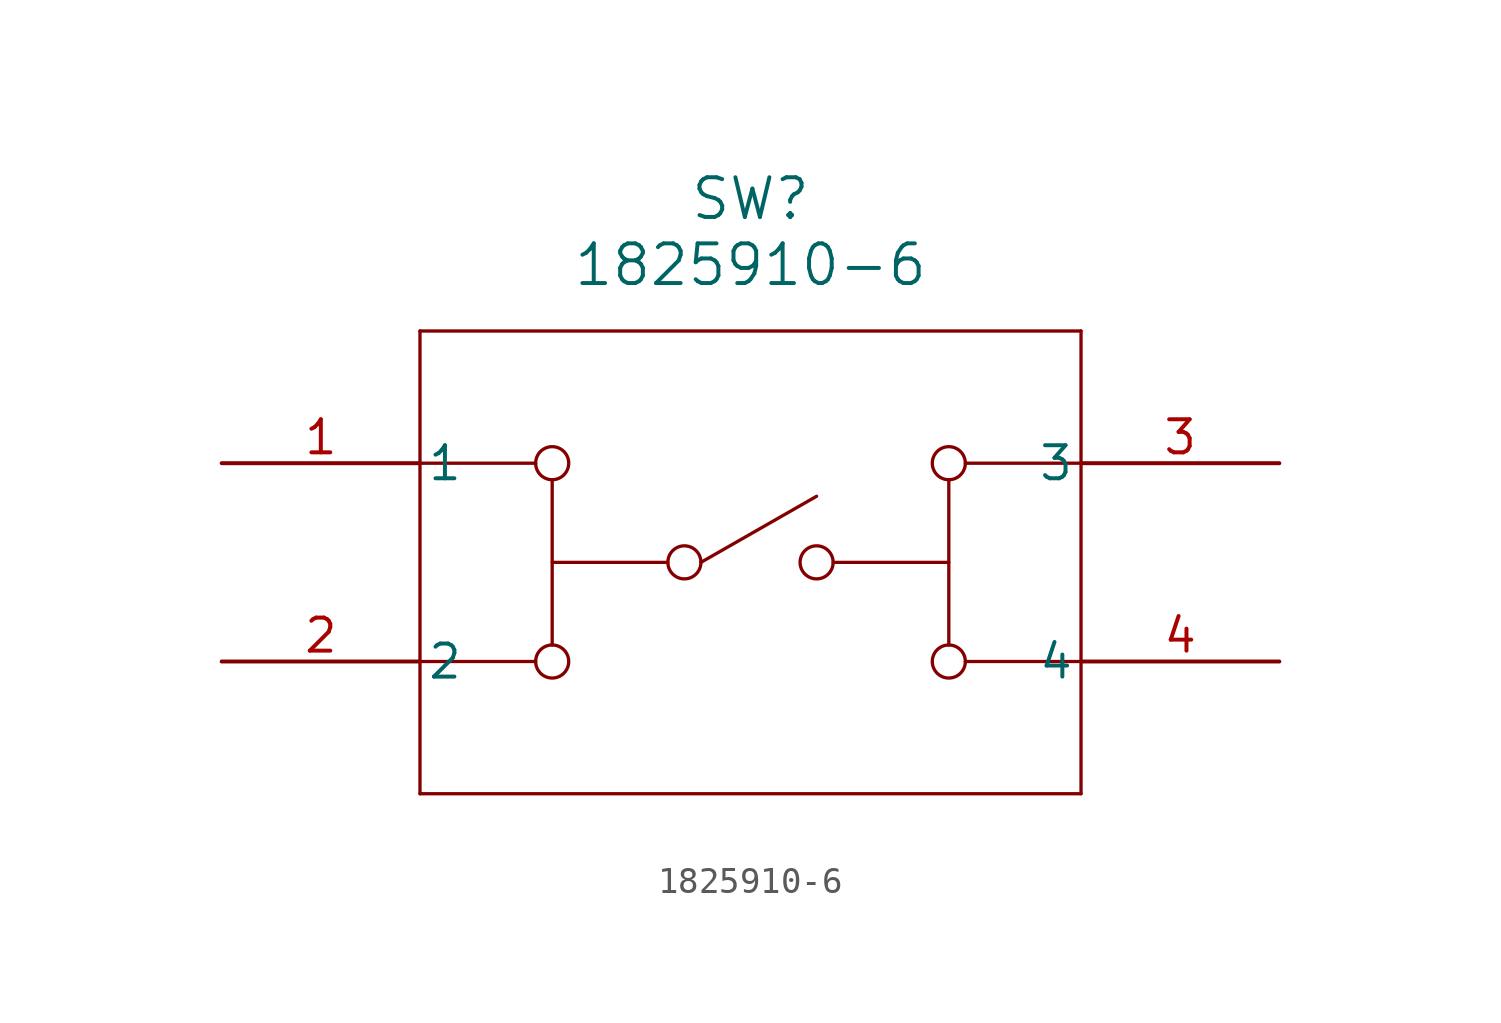
<source format=kicad_sym>
(kicad_symbol_lib
  (version 20211014)
  (generator kicad_symbol_editor)
  (symbol "1825910-6"
    (pin_names
      (offset 0.254))
    (property "Reference" "SW"
      (at 20.32 10.16 0)
      (effects (font (size 1.524 1.524))))
    (property "Value" "1825910-6"
      (at 20.32 7.62 0)
      (effects (font (size 1.524 1.524))))
    (symbol "1825910-6_0_1"
      (polyline (pts (xy 7.62 5.08) (xy 7.62 -12.7)) (stroke (width 0.127) (type default) (color 0 0 0 0)) (fill (type none)))
      (polyline (pts (xy 7.62 -12.7) (xy 33.02 -12.7)) (stroke (width 0.127) (type default) (color 0 0 0 0)) (fill (type none)))
      (polyline (pts (xy 33.02 -12.7) (xy 33.02 5.08)) (stroke (width 0.127) (type default) (color 0 0 0 0)) (fill (type none)))
      (polyline (pts (xy 33.02 5.08) (xy 7.62 5.08)) (stroke (width 0.127) (type default) (color 0 0 0 0)) (fill (type none)))
      (polyline (pts (xy 7.62 0) (xy 12.065 0)) (stroke (width 0.127) (type default) (color 0 0 0 0)) (fill (type none)))
      (polyline (pts (xy 7.62 -7.62) (xy 12.065 -7.62)) (stroke (width 0.127) (type default) (color 0 0 0 0)) (fill (type none)))
      (polyline (pts (xy 33.02 0) (xy 28.575 0)) (stroke (width 0.127) (type default) (color 0 0 0 0)) (fill (type none)))
      (polyline (pts (xy 33.02 -7.62) (xy 28.575 -7.62)) (stroke (width 0.127) (type default) (color 0 0 0 0)) (fill (type none)))
      (circle (center 12.7 0) (radius 0.635) (stroke (width 0.127) (type default) (color 0 0 0 0)) (fill (type none)))
      (circle (center 12.7 -7.62) (radius 0.635) (stroke (width 0.127) (type default) (color 0 0 0 0)) (fill (type none)))
      (circle (center 27.94 -7.62) (radius 0.635) (stroke (width 0.127) (type default) (color 0 0 0 0)) (fill (type none)))
      (circle (center 27.94 0) (radius 0.635) (stroke (width 0.127) (type default) (color 0 0 0 0)) (fill (type none)))
      (polyline (pts (xy 12.7 -0.635) (xy 12.7 -6.985)) (stroke (width 0.127) (type default) (color 0 0 0 0)) (fill (type none)))
      (polyline (pts (xy 27.94 -0.635) (xy 27.94 -6.985)) (stroke (width 0.127) (type default) (color 0 0 0 0)) (fill (type none)))
      (polyline (pts (xy 27.94 -3.81) (xy 23.495 -3.81)) (stroke (width 0.127) (type default) (color 0 0 0 0)) (fill (type none)))
      (polyline (pts (xy 12.7 -3.81) (xy 17.145 -3.81)) (stroke (width 0.127) (type default) (color 0 0 0 0)) (fill (type none)))
      (circle (center 17.78 -3.81) (radius 0.635) (stroke (width 0.127) (type default) (color 0 0 0 0)) (fill (type none)))
      (circle (center 22.86 -3.81) (radius 0.635) (stroke (width 0.127) (type default) (color 0 0 0 0)) (fill (type none)))
      (polyline (pts (xy 18.415 -3.81) (xy 22.86 -1.27)) (stroke (width 0.127) (type default) (color 0 0 0 0)) (fill (type none)))
      (pin unspecified line (at 0 0 0) (length 7.62) (name "1" (effects (font (size 1.27 1.27)))) (number "1" (effects (font (size 1.27 1.27)))))
      (pin unspecified line (at 0 -7.62 0) (length 7.62) (name "2" (effects (font (size 1.27 1.27)))) (number "2" (effects (font (size 1.27 1.27)))))
      (pin unspecified line (at 40.64 0 180) (length 7.62) (name "3" (effects (font (size 1.27 1.27)))) (number "3" (effects (font (size 1.27 1.27)))))
      (pin unspecified line (at 40.64 -7.62 180) (length 7.62) (name "4" (effects (font (size 1.27 1.27)))) (number "4" (effects (font (size 1.27 1.27))))))))
</source>
